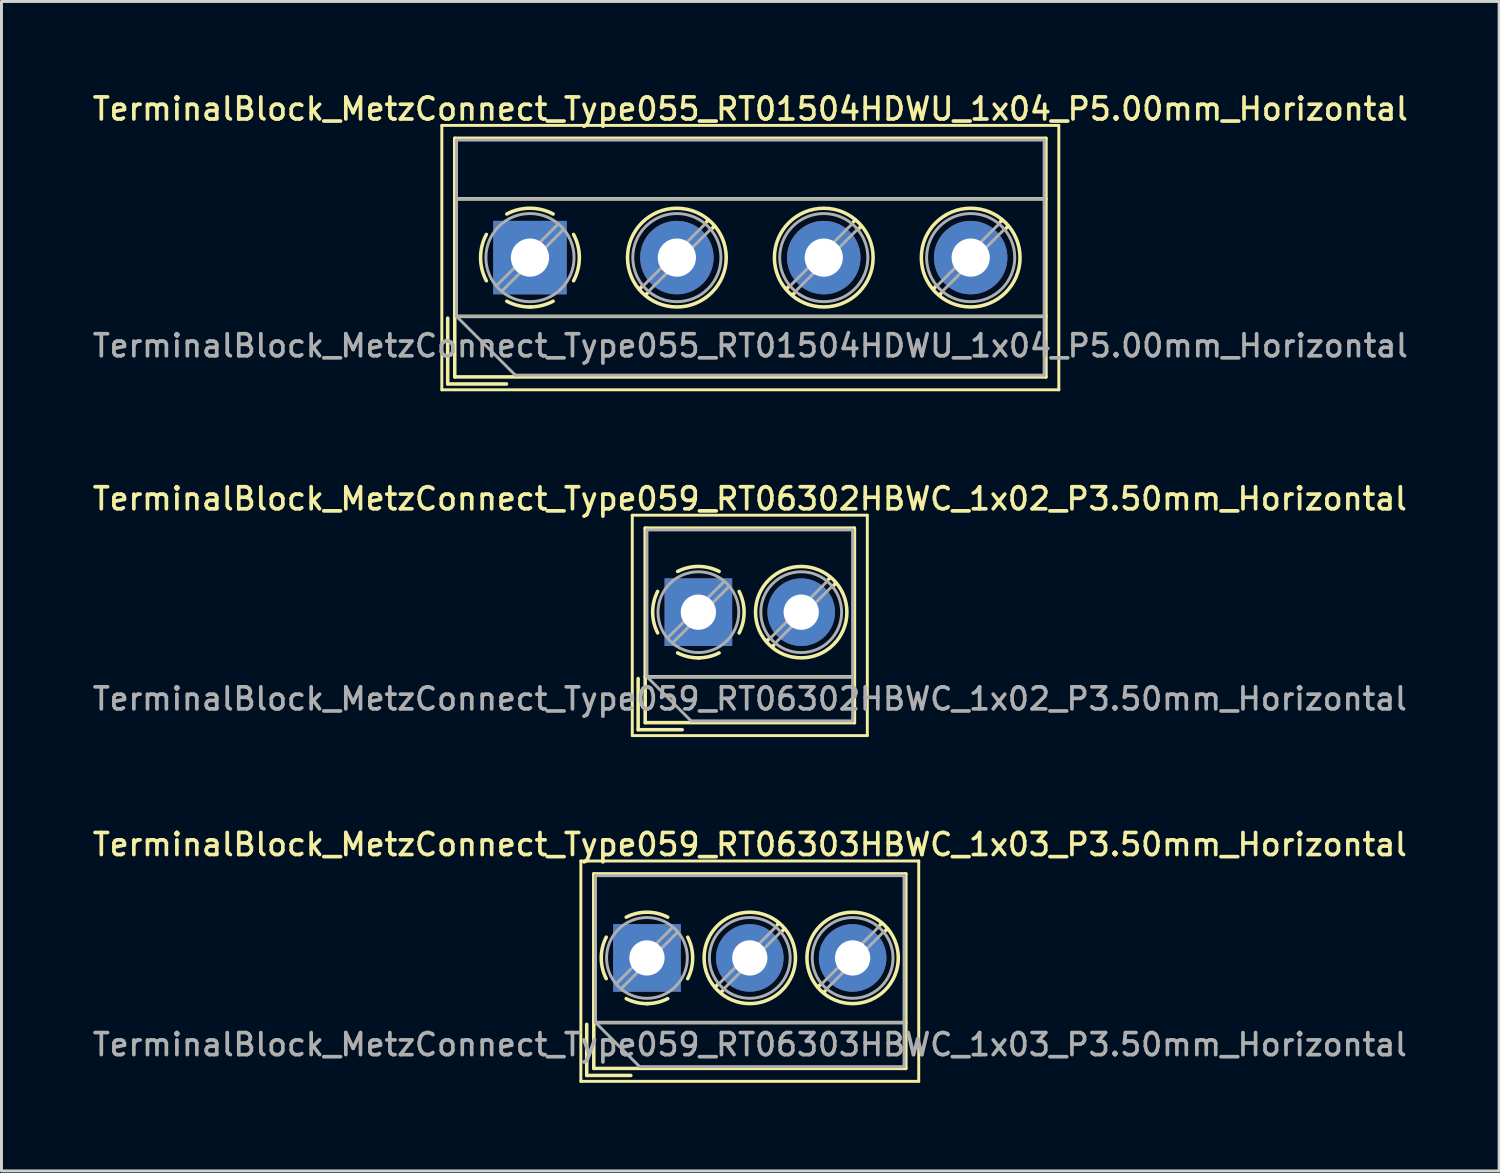
<source format=kicad_pcb>
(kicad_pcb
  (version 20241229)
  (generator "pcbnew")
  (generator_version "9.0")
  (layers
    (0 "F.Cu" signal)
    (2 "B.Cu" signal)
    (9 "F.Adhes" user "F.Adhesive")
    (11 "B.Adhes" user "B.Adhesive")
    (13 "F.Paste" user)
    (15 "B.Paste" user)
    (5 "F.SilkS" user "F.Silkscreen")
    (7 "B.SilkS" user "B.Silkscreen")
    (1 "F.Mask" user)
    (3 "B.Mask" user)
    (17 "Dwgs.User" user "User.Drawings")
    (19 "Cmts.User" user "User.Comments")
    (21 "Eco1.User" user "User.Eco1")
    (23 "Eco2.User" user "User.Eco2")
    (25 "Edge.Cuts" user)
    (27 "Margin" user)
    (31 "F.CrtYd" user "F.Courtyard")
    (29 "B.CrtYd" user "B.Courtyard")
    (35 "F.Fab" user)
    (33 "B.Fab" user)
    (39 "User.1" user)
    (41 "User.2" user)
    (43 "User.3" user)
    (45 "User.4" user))
  (footprint "TerminalBlock_MetzConnect_Type055_RT01504HDWU_1x04_P5.00mm_Horizontal"
    (layer "F.Cu")
    (at 14.988 5.718)
    (property "Reference" "TerminalBlock_MetzConnect_Type055_RT01504HDWU_1x04_P5.00mm_Horizontal" (at 7.5 -5.06 0) (layer "F.SilkS") (effects (font (size 0.75 0.75) (thickness 0.125))))
    (attr through_hole)
    (fp_line (start -3 -4.5) (end -3 4.5) (stroke (width 0.1) (type solid)) (layer "F.SilkS"))
    (fp_line (start -3 4.5) (end 18 4.5) (stroke (width 0.1) (type solid)) (layer "F.SilkS"))
    (fp_line (start -2.8 2.06) (end -2.8 4.3) (stroke (width 0.12) (type solid)) (layer "F.SilkS"))
    (fp_line (start -2.8 4.3) (end -0.8 4.3) (stroke (width 0.12) (type solid)) (layer "F.SilkS"))
    (fp_line (start -2.56 -4.06) (end -2.56 4.06) (stroke (width 0.12) (type solid)) (layer "F.SilkS"))
    (fp_line (start -2.56 -4.06) (end 17.561 -4.06) (stroke (width 0.12) (type solid)) (layer "F.SilkS"))
    (fp_line (start -2.56 -2) (end 17.561 -2) (stroke (width 0.12) (type solid)) (layer "F.SilkS"))
    (fp_line (start -2.56 2) (end 17.561 2) (stroke (width 0.12) (type solid)) (layer "F.SilkS"))
    (fp_line (start -2.56 4.06) (end 17.561 4.06) (stroke (width 0.12) (type solid)) (layer "F.SilkS"))
    (fp_line (start 3.82 0.976) (end 3.726 1.069) (stroke (width 0.12) (type solid)) (layer "F.SilkS"))
    (fp_line (start 3.99 1.216) (end 3.931 1.274) (stroke (width 0.12) (type solid)) (layer "F.SilkS"))
    (fp_line (start 6.07 -1.275) (end 6.011 -1.216) (stroke (width 0.12) (type solid)) (layer "F.SilkS"))
    (fp_line (start 6.275 -1.069) (end 6.181 -0.976) (stroke (width 0.12) (type solid)) (layer "F.SilkS"))
    (fp_line (start 8.82 0.976) (end 8.726 1.069) (stroke (width 0.12) (type solid)) (layer "F.SilkS"))
    (fp_line (start 8.99 1.216) (end 8.931 1.274) (stroke (width 0.12) (type solid)) (layer "F.SilkS"))
    (fp_line (start 11.07 -1.275) (end 11.011 -1.216) (stroke (width 0.12) (type solid)) (layer "F.SilkS"))
    (fp_line (start 11.275 -1.069) (end 11.181 -0.976) (stroke (width 0.12) (type solid)) (layer "F.SilkS"))
    (fp_line (start 13.82 0.976) (end 13.726 1.069) (stroke (width 0.12) (type solid)) (layer "F.SilkS"))
    (fp_line (start 13.99 1.216) (end 13.931 1.274) (stroke (width 0.12) (type solid)) (layer "F.SilkS"))
    (fp_line (start 16.07 -1.275) (end 16.011 -1.216) (stroke (width 0.12) (type solid)) (layer "F.SilkS"))
    (fp_line (start 16.275 -1.069) (end 16.181 -0.976) (stroke (width 0.12) (type solid)) (layer "F.SilkS"))
    (fp_line (start 17.561 -4.06) (end 17.561 4.06) (stroke (width 0.12) (type solid)) (layer "F.SilkS"))
    (fp_line (start 18 -4.5) (end -3 -4.5) (stroke (width 0.1) (type solid)) (layer "F.SilkS"))
    (fp_line (start 18 4.5) (end 18 -4.5) (stroke (width 0.1) (type solid)) (layer "F.SilkS"))
    (fp_arc (start -1.483953 0.789089) (mid -1.680708 0.00005) (end -1.484 -0.789) (stroke (width 0.12) (type solid)) (layer "F.SilkS"))
    (fp_arc (start -0.789089 -1.483953) (mid -0.00005 -1.680708) (end 0.789 -1.484) (stroke (width 0.12) (type solid)) (layer "F.SilkS"))
    (fp_arc (start 0.029383 1.68045) (mid -0.392304 1.634281) (end -0.789 1.484) (stroke (width 0.12) (type solid)) (layer "F.SilkS"))
    (fp_arc (start 0.788712 1.483352) (mid 0.406429 1.630097) (end 0 1.68) (stroke (width 0.12) (type solid)) (layer "F.SilkS"))
    (fp_arc (start 1.483953 -0.789089) (mid 1.680708 -0.00005) (end 1.484 0.789) (stroke (width 0.12) (type solid)) (layer "F.SilkS"))
    (fp_circle (center 5 0) (end 6.68 0) (stroke (width 0.12) (type solid)) (fill no) (layer "F.SilkS"))
    (fp_circle (center 10 0) (end 11.68 0) (stroke (width 0.12) (type solid)) (fill no) (layer "F.SilkS"))
    (fp_circle (center 15 0) (end 16.68 0) (stroke (width 0.12) (type solid)) (fill no) (layer "F.SilkS"))
    (fp_line (start -2.5 -4) (end 17.5 -4) (stroke (width 0.1) (type solid)) (layer "F.Fab"))
    (fp_line (start -2.5 -2) (end 17.5 -2) (stroke (width 0.1) (type solid)) (layer "F.Fab"))
    (fp_line (start -2.5 2) (end -2.5 -4) (stroke (width 0.1) (type solid)) (layer "F.Fab"))
    (fp_line (start -2.5 2) (end 17.5 2) (stroke (width 0.1) (type solid)) (layer "F.Fab"))
    (fp_line (start -0.5 4) (end -2.5 2) (stroke (width 0.1) (type solid)) (layer "F.Fab"))
    (fp_line (start 0.955 -1.138) (end -1.138 0.955) (stroke (width 0.1) (type solid)) (layer "F.Fab"))
    (fp_line (start 1.138 -0.955) (end -0.955 1.138) (stroke (width 0.1) (type solid)) (layer "F.Fab"))
    (fp_line (start 5.955 -1.138) (end 3.863 0.955) (stroke (width 0.1) (type solid)) (layer "F.Fab"))
    (fp_line (start 6.138 -0.955) (end 4.046 1.138) (stroke (width 0.1) (type solid)) (layer "F.Fab"))
    (fp_line (start 10.955 -1.138) (end 8.863 0.955) (stroke (width 0.1) (type solid)) (layer "F.Fab"))
    (fp_line (start 11.138 -0.955) (end 9.046 1.138) (stroke (width 0.1) (type solid)) (layer "F.Fab"))
    (fp_line (start 15.955 -1.138) (end 13.863 0.955) (stroke (width 0.1) (type solid)) (layer "F.Fab"))
    (fp_line (start 16.138 -0.955) (end 14.046 1.138) (stroke (width 0.1) (type solid)) (layer "F.Fab"))
    (fp_line (start 17.5 -4) (end 17.5 4) (stroke (width 0.1) (type solid)) (layer "F.Fab"))
    (fp_line (start 17.5 4) (end -0.5 4) (stroke (width 0.1) (type solid)) (layer "F.Fab"))
    (fp_circle (center 0 0) (end 1.5 0) (stroke (width 0.1) (type solid)) (fill no) (layer "F.Fab"))
    (fp_circle (center 5 0) (end 6.5 0) (stroke (width 0.1) (type solid)) (fill no) (layer "F.Fab"))
    (fp_circle (center 10 0) (end 11.5 0) (stroke (width 0.1) (type solid)) (fill no) (layer "F.Fab"))
    (fp_circle (center 15 0) (end 16.5 0) (stroke (width 0.1) (type solid)) (fill no) (layer "F.Fab"))
    (fp_text user "${REFERENCE}" (at 7.5 3 0) (layer "F.Fab") (effects (font (size 0.75 0.75) (thickness 0.125))))
    (pad "1" thru_hole rect (at 0 0) (size 2.5 2.5) (drill 1.3) (layers "*.Cu" "*.Mask"))
    (pad "2" thru_hole circle (at 5 0) (size 2.5 2.5) (drill 1.3) (layers "*.Cu" "*.Mask"))
    (pad "3" thru_hole circle (at 10 0) (size 2.5 2.5) (drill 1.3) (layers "*.Cu" "*.Mask"))
    (pad "4" thru_hole circle (at 15 0) (size 2.5 2.5) (drill 1.3) (layers "*.Cu" "*.Mask")))
  (footprint "TerminalBlock_MetzConnect_Type059_RT06302HBWC_1x02_P3.50mm_Horizontal"
    (layer "F.Cu")
    (at 20.72 17.786)
    (property "Reference" "TerminalBlock_MetzConnect_Type059_RT06302HBWC_1x02_P3.50mm_Horizontal" (at 1.75 -3.86 0) (layer "F.SilkS") (effects (font (size 0.75 0.75) (thickness 0.125))))
    (attr through_hole)
    (fp_line (start -2.25 -3.3) (end -2.25 4.2) (stroke (width 0.1) (type solid)) (layer "F.SilkS"))
    (fp_line (start -2.25 4.2) (end 5.75 4.2) (stroke (width 0.1) (type solid)) (layer "F.SilkS"))
    (fp_line (start -2.05 2.26) (end -2.05 4) (stroke (width 0.12) (type solid)) (layer "F.SilkS"))
    (fp_line (start -2.05 4) (end -0.55 4) (stroke (width 0.12) (type solid)) (layer "F.SilkS"))
    (fp_line (start -1.81 -2.86) (end -1.81 3.76) (stroke (width 0.12) (type solid)) (layer "F.SilkS"))
    (fp_line (start -1.81 -2.86) (end 5.31 -2.86) (stroke (width 0.12) (type solid)) (layer "F.SilkS"))
    (fp_line (start -1.81 2.2) (end 5.31 2.2) (stroke (width 0.12) (type solid)) (layer "F.SilkS"))
    (fp_line (start -1.81 3.76) (end 5.31 3.76) (stroke (width 0.12) (type solid)) (layer "F.SilkS"))
    (fp_line (start 2.397 0.914) (end 2.321 0.99) (stroke (width 0.12) (type solid)) (layer "F.SilkS"))
    (fp_line (start 2.565 1.125) (end 2.511 1.18) (stroke (width 0.12) (type solid)) (layer "F.SilkS"))
    (fp_line (start 4.49 -1.18) (end 4.436 -1.126) (stroke (width 0.12) (type solid)) (layer "F.SilkS"))
    (fp_line (start 4.68 -0.99) (end 4.604 -0.914) (stroke (width 0.12) (type solid)) (layer "F.SilkS"))
    (fp_line (start 5.31 -2.86) (end 5.31 3.76) (stroke (width 0.12) (type solid)) (layer "F.SilkS"))
    (fp_line (start 5.75 -3.3) (end -2.25 -3.3) (stroke (width 0.1) (type solid)) (layer "F.SilkS"))
    (fp_line (start 5.75 4.2) (end 5.75 -3.3) (stroke (width 0.1) (type solid)) (layer "F.SilkS"))
    (fp_arc (start -1.386645 0.705733) (mid -1.555906 -0.000711) (end -1.386 -0.707) (stroke (width 0.12) (type solid)) (layer "F.SilkS"))
    (fp_arc (start -0.705733 -1.386645) (mid 0.000711 -1.555906) (end 0.707 -1.386) (stroke (width 0.12) (type solid)) (layer "F.SilkS"))
    (fp_arc (start 0.026444 1.555682) (mid -0.350695 1.515869) (end -0.707 1.386) (stroke (width 0.12) (type solid)) (layer "F.SilkS"))
    (fp_arc (start 0.705955 1.385515) (mid 0.363007 1.512035) (end 0 1.555) (stroke (width 0.12) (type solid)) (layer "F.SilkS"))
    (fp_arc (start 1.386645 -0.705733) (mid 1.555906 0.000711) (end 1.386 0.707) (stroke (width 0.12) (type solid)) (layer "F.SilkS"))
    (fp_circle (center 3.5 0) (end 5.055 0) (stroke (width 0.12) (type solid)) (fill no) (layer "F.SilkS"))
    (fp_line (start -1.75 -2.8) (end 5.25 -2.8) (stroke (width 0.1) (type solid)) (layer "F.Fab"))
    (fp_line (start -1.75 2.2) (end -1.75 -2.8) (stroke (width 0.1) (type solid)) (layer "F.Fab"))
    (fp_line (start -1.75 2.2) (end 5.25 2.2) (stroke (width 0.1) (type solid)) (layer "F.Fab"))
    (fp_line (start -0.25 3.7) (end -1.75 2.2) (stroke (width 0.1) (type solid)) (layer "F.Fab"))
    (fp_line (start 0.876 -1.043) (end -1.043 0.875) (stroke (width 0.1) (type solid)) (layer "F.Fab"))
    (fp_line (start 1.043 -0.875) (end -0.876 1.043) (stroke (width 0.1) (type solid)) (layer "F.Fab"))
    (fp_line (start 4.376 -1.043) (end 2.458 0.875) (stroke (width 0.1) (type solid)) (layer "F.Fab"))
    (fp_line (start 4.543 -0.875) (end 2.625 1.043) (stroke (width 0.1) (type solid)) (layer "F.Fab"))
    (fp_line (start 5.25 -2.8) (end 5.25 3.7) (stroke (width 0.1) (type solid)) (layer "F.Fab"))
    (fp_line (start 5.25 3.7) (end -0.25 3.7) (stroke (width 0.1) (type solid)) (layer "F.Fab"))
    (fp_circle (center 0 0) (end 1.375 0) (stroke (width 0.1) (type solid)) (fill no) (layer "F.Fab"))
    (fp_circle (center 3.5 0) (end 4.875 0) (stroke (width 0.1) (type solid)) (fill no) (layer "F.Fab"))
    (fp_text user "${REFERENCE}" (at 1.75 2.95 0) (layer "F.Fab") (effects (font (size 0.75 0.75) (thickness 0.125))))
    (pad "1" thru_hole rect (at 0 0) (size 2.3 2.3) (drill 1.2) (layers "*.Cu" "*.Mask"))
    (pad "2" thru_hole circle (at 3.5 0) (size 2.3 2.3) (drill 1.2) (layers "*.Cu" "*.Mask")))
  (footprint "TerminalBlock_MetzConnect_Type059_RT06303HBWC_1x03_P3.50mm_Horizontal"
    (layer "F.Cu")
    (at 18.97 29.554)
    (property "Reference" "TerminalBlock_MetzConnect_Type059_RT06303HBWC_1x03_P3.50mm_Horizontal" (at 3.5 -3.86 0) (layer "F.SilkS") (effects (font (size 0.75 0.75) (thickness 0.125))))
    (attr through_hole)
    (fp_line (start -2.25 -3.3) (end -2.25 4.2) (stroke (width 0.1) (type solid)) (layer "F.SilkS"))
    (fp_line (start -2.25 4.2) (end 9.25 4.2) (stroke (width 0.1) (type solid)) (layer "F.SilkS"))
    (fp_line (start -2.05 2.26) (end -2.05 4) (stroke (width 0.12) (type solid)) (layer "F.SilkS"))
    (fp_line (start -2.05 4) (end -0.55 4) (stroke (width 0.12) (type solid)) (layer "F.SilkS"))
    (fp_line (start -1.81 -2.86) (end -1.81 3.76) (stroke (width 0.12) (type solid)) (layer "F.SilkS"))
    (fp_line (start -1.81 -2.86) (end 8.81 -2.86) (stroke (width 0.12) (type solid)) (layer "F.SilkS"))
    (fp_line (start -1.81 2.2) (end 8.81 2.2) (stroke (width 0.12) (type solid)) (layer "F.SilkS"))
    (fp_line (start -1.81 3.76) (end 8.81 3.76) (stroke (width 0.12) (type solid)) (layer "F.SilkS"))
    (fp_line (start 2.397 0.914) (end 2.321 0.99) (stroke (width 0.12) (type solid)) (layer "F.SilkS"))
    (fp_line (start 2.565 1.125) (end 2.511 1.18) (stroke (width 0.12) (type solid)) (layer "F.SilkS"))
    (fp_line (start 4.49 -1.18) (end 4.436 -1.126) (stroke (width 0.12) (type solid)) (layer "F.SilkS"))
    (fp_line (start 4.68 -0.99) (end 4.604 -0.914) (stroke (width 0.12) (type solid)) (layer "F.SilkS"))
    (fp_line (start 5.897 0.914) (end 5.821 0.99) (stroke (width 0.12) (type solid)) (layer "F.SilkS"))
    (fp_line (start 6.065 1.125) (end 6.011 1.18) (stroke (width 0.12) (type solid)) (layer "F.SilkS"))
    (fp_line (start 7.99 -1.18) (end 7.936 -1.126) (stroke (width 0.12) (type solid)) (layer "F.SilkS"))
    (fp_line (start 8.18 -0.99) (end 8.104 -0.914) (stroke (width 0.12) (type solid)) (layer "F.SilkS"))
    (fp_line (start 8.81 -2.86) (end 8.81 3.76) (stroke (width 0.12) (type solid)) (layer "F.SilkS"))
    (fp_line (start 9.25 -3.3) (end -2.25 -3.3) (stroke (width 0.1) (type solid)) (layer "F.SilkS"))
    (fp_line (start 9.25 4.2) (end 9.25 -3.3) (stroke (width 0.1) (type solid)) (layer "F.SilkS"))
    (fp_arc (start -1.386645 0.705733) (mid -1.555906 -0.000711) (end -1.386 -0.707) (stroke (width 0.12) (type solid)) (layer "F.SilkS"))
    (fp_arc (start -0.705733 -1.386645) (mid 0.000711 -1.555906) (end 0.707 -1.386) (stroke (width 0.12) (type solid)) (layer "F.SilkS"))
    (fp_arc (start 0.026444 1.555682) (mid -0.350695 1.515869) (end -0.707 1.386) (stroke (width 0.12) (type solid)) (layer "F.SilkS"))
    (fp_arc (start 0.705955 1.385515) (mid 0.363007 1.512035) (end 0 1.555) (stroke (width 0.12) (type solid)) (layer "F.SilkS"))
    (fp_arc (start 1.386645 -0.705733) (mid 1.555906 0.000711) (end 1.386 0.707) (stroke (width 0.12) (type solid)) (layer "F.SilkS"))
    (fp_circle (center 3.5 0) (end 5.055 0) (stroke (width 0.12) (type solid)) (fill no) (layer "F.SilkS"))
    (fp_circle (center 7 0) (end 8.555 0) (stroke (width 0.12) (type solid)) (fill no) (layer "F.SilkS"))
    (fp_line (start -1.75 -2.8) (end 8.75 -2.8) (stroke (width 0.1) (type solid)) (layer "F.Fab"))
    (fp_line (start -1.75 2.2) (end -1.75 -2.8) (stroke (width 0.1) (type solid)) (layer "F.Fab"))
    (fp_line (start -1.75 2.2) (end 8.75 2.2) (stroke (width 0.1) (type solid)) (layer "F.Fab"))
    (fp_line (start -0.25 3.7) (end -1.75 2.2) (stroke (width 0.1) (type solid)) (layer "F.Fab"))
    (fp_line (start 0.876 -1.043) (end -1.043 0.875) (stroke (width 0.1) (type solid)) (layer "F.Fab"))
    (fp_line (start 1.043 -0.875) (end -0.876 1.043) (stroke (width 0.1) (type solid)) (layer "F.Fab"))
    (fp_line (start 4.376 -1.043) (end 2.458 0.875) (stroke (width 0.1) (type solid)) (layer "F.Fab"))
    (fp_line (start 4.543 -0.875) (end 2.625 1.043) (stroke (width 0.1) (type solid)) (layer "F.Fab"))
    (fp_line (start 7.876 -1.043) (end 5.958 0.875) (stroke (width 0.1) (type solid)) (layer "F.Fab"))
    (fp_line (start 8.043 -0.875) (end 6.125 1.043) (stroke (width 0.1) (type solid)) (layer "F.Fab"))
    (fp_line (start 8.75 -2.8) (end 8.75 3.7) (stroke (width 0.1) (type solid)) (layer "F.Fab"))
    (fp_line (start 8.75 3.7) (end -0.25 3.7) (stroke (width 0.1) (type solid)) (layer "F.Fab"))
    (fp_circle (center 0 0) (end 1.375 0) (stroke (width 0.1) (type solid)) (fill no) (layer "F.Fab"))
    (fp_circle (center 3.5 0) (end 4.875 0) (stroke (width 0.1) (type solid)) (fill no) (layer "F.Fab"))
    (fp_circle (center 7 0) (end 8.375 0) (stroke (width 0.1) (type solid)) (fill no) (layer "F.Fab"))
    (fp_text user "${REFERENCE}" (at 3.5 2.95 0) (layer "F.Fab") (effects (font (size 0.75 0.75) (thickness 0.125))))
    (pad "1" thru_hole rect (at 0 0) (size 2.3 2.3) (drill 1.2) (layers "*.Cu" "*.Mask"))
    (pad "2" thru_hole circle (at 3.5 0) (size 2.3 2.3) (drill 1.2) (layers "*.Cu" "*.Mask"))
    (pad "3" thru_hole circle (at 7 0) (size 2.3 2.3) (drill 1.2) (layers "*.Cu" "*.Mask")))
  (gr_rect
    (start -3 -3)
    (end 47.975 36.804)
    (stroke (width 0.1) (type default))
    (fill no)
    (layer "Edge.Cuts")))
</source>
